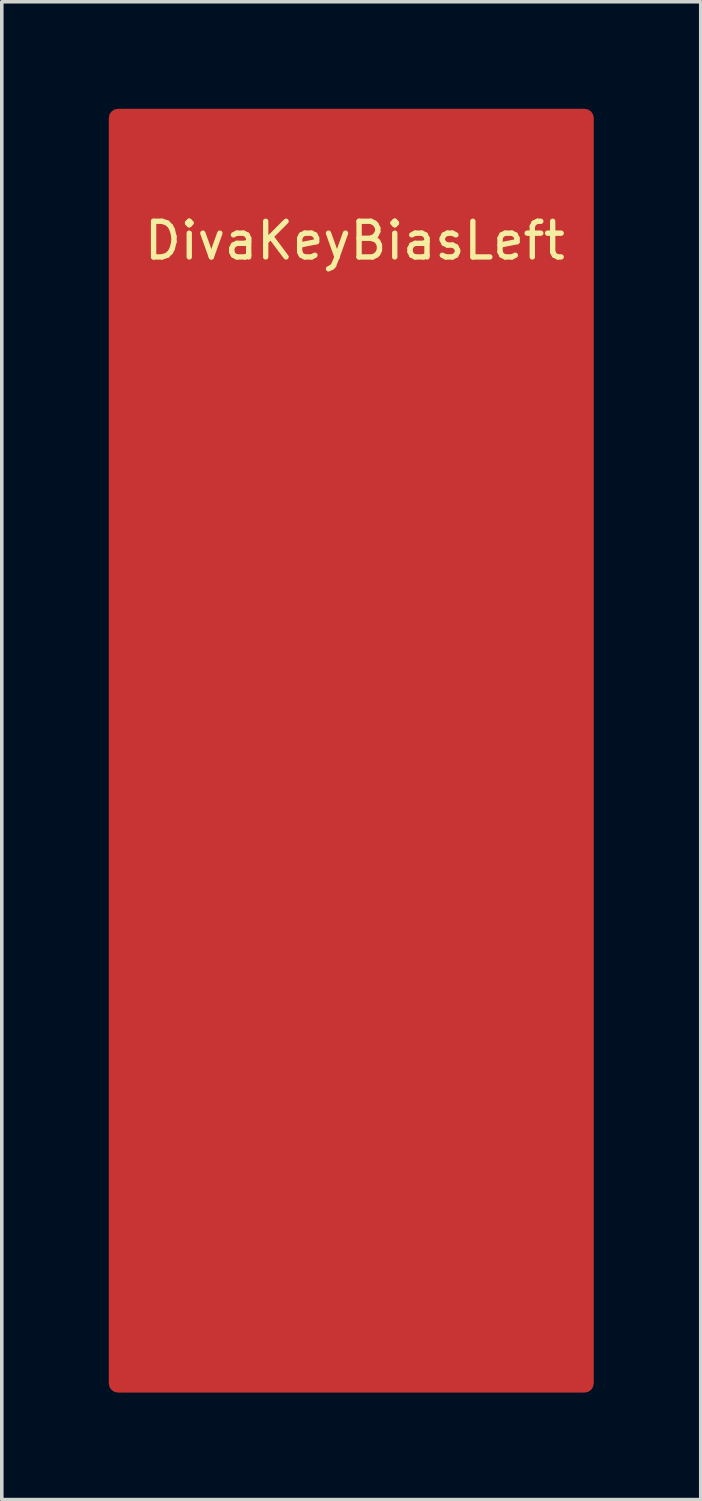
<source format=kicad_pcb>
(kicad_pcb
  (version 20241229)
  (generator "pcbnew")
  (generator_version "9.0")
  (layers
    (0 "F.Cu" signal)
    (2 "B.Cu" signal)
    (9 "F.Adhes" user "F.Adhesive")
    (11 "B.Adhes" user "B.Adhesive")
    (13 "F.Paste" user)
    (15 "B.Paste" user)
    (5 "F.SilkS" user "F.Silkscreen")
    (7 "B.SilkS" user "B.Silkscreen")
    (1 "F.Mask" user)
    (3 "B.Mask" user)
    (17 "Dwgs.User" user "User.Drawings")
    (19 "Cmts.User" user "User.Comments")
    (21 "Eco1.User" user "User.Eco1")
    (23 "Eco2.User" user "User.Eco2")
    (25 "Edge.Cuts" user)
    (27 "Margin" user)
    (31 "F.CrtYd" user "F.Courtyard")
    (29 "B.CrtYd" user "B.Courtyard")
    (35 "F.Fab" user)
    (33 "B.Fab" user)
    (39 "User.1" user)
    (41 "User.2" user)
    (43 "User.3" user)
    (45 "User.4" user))
  (footprint "DivaKeyBiasLeft"
    (layer "F.Cu")
    (at 6.9 18)
    (property "Reference" "DivaKeyBiasLeft" (at 0 -14.3 0) (unlocked yes) (layer "F.SilkS") (effects (font (size 1 1) (thickness 0.15))))
    (attr smd)
    (pad "1" smd roundrect (at 0 0) (size 13.6 36) (drill (offset -0.1 0)) (layers "F.Cu") (roundrect_rratio 0.019)))
  (gr_rect
    (start -3 -3)
    (end 16.6 39)
    (stroke (width 0.1) (type default))
    (fill no)
    (layer "Edge.Cuts")))
</source>
